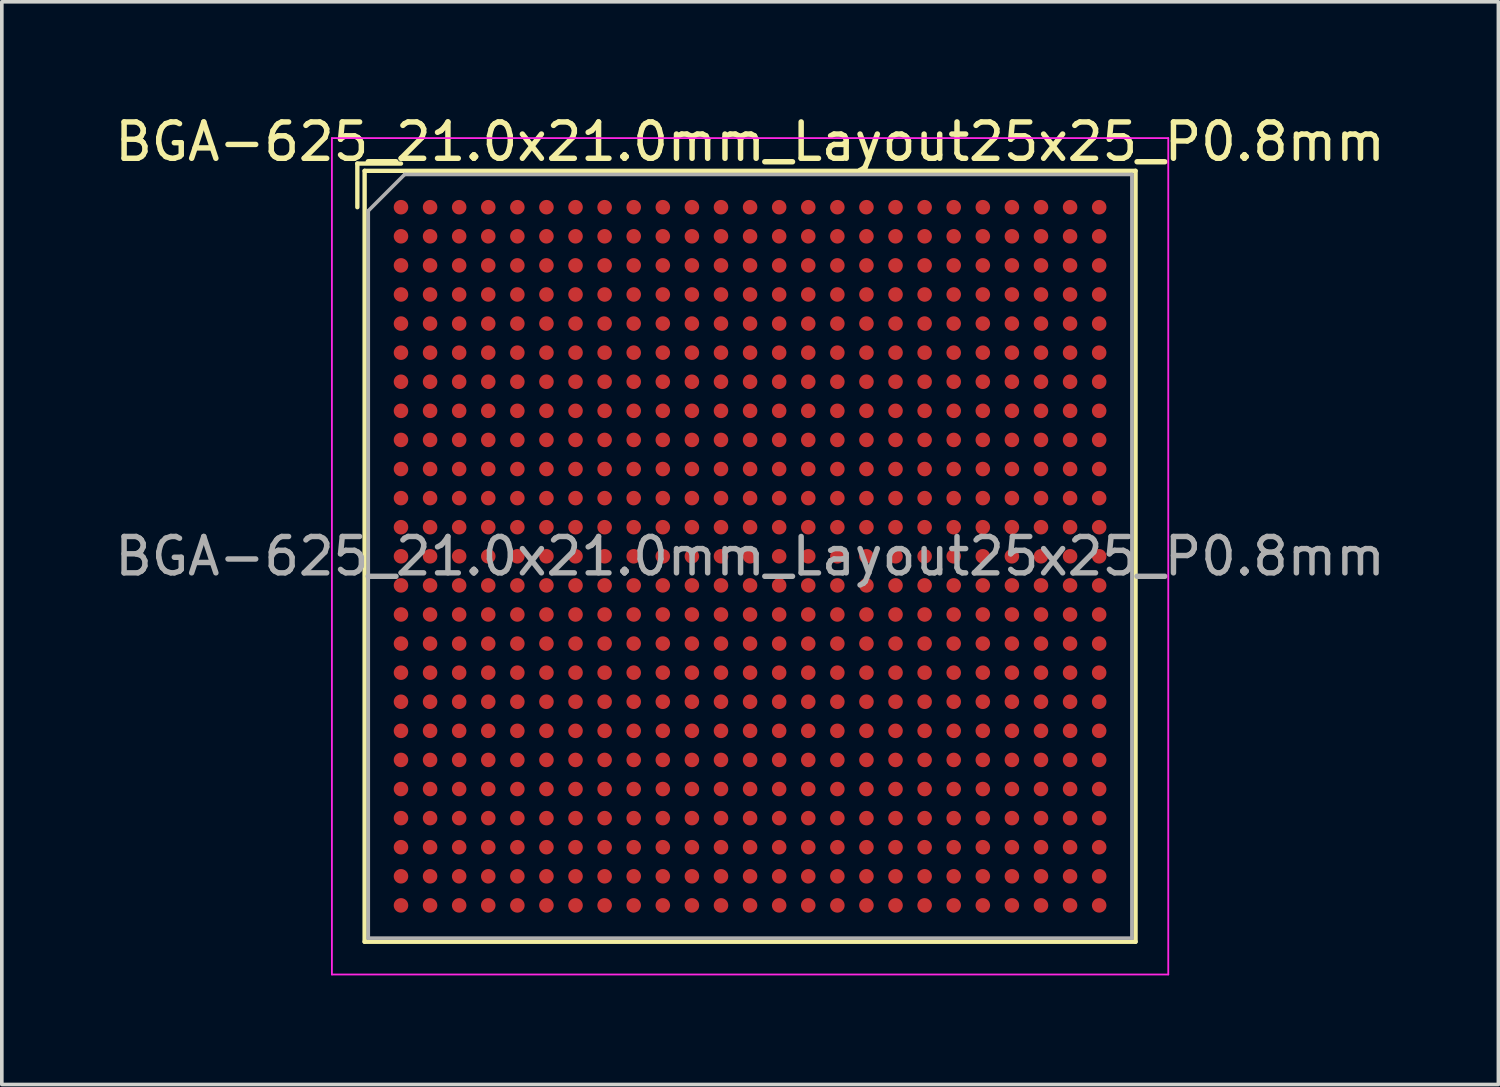
<source format=kicad_pcb>
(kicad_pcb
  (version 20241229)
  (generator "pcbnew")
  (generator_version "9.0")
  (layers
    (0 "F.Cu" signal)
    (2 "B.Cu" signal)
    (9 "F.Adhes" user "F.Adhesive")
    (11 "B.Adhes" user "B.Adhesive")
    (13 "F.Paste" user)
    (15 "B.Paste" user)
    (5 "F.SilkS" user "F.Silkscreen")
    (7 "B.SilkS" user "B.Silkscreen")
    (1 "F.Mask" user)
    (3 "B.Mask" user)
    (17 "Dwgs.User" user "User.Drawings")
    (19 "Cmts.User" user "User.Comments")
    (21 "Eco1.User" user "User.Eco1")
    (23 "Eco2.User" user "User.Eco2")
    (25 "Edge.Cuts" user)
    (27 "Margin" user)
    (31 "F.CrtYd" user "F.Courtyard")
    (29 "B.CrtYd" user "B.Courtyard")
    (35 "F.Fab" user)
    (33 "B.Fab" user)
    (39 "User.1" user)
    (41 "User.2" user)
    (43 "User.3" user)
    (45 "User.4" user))
  (footprint "BGA-625_21.0x21.0mm_Layout25x25_P0.8mm"
    (layer "F.Cu")
    (at 17.577 12.248)
    (property "Reference" "BGA-625_21.0x21.0mm_Layout25x25_P0.8mm" (at 0 -11.4 0) (layer "F.SilkS") (effects (font (size 1 1) (thickness 0.15))))
    (attr smd)
    (fp_line (start -10.8 -10.8) (end -10.8 -9.6) (stroke (width 0.12) (type solid)) (layer "F.SilkS"))
    (fp_line (start -10.6 -10.6) (end 10.6 -10.6) (stroke (width 0.12) (type solid)) (layer "F.SilkS"))
    (fp_line (start -10.6 10.6) (end -10.6 -10.6) (stroke (width 0.12) (type solid)) (layer "F.SilkS"))
    (fp_line (start -9.6 -10.8) (end -10.8 -10.8) (stroke (width 0.12) (type solid)) (layer "F.SilkS"))
    (fp_line (start 10.6 -10.6) (end 10.6 10.6) (stroke (width 0.12) (type solid)) (layer "F.SilkS"))
    (fp_line (start 10.6 10.6) (end -10.6 10.6) (stroke (width 0.12) (type solid)) (layer "F.SilkS"))
    (fp_line (start -11.5 -11.5) (end -11.5 11.5) (stroke (width 0.05) (type solid)) (layer "F.CrtYd"))
    (fp_line (start -11.5 -11.5) (end 11.5 -11.5) (stroke (width 0.05) (type solid)) (layer "F.CrtYd"))
    (fp_line (start 11.5 11.5) (end -11.5 11.5) (stroke (width 0.05) (type solid)) (layer "F.CrtYd"))
    (fp_line (start 11.5 11.5) (end 11.5 -11.5) (stroke (width 0.05) (type solid)) (layer "F.CrtYd"))
    (fp_line (start -10.5 -9.5) (end -9.5 -10.5) (stroke (width 0.1) (type solid)) (layer "F.Fab"))
    (fp_line (start -10.5 10.5) (end -10.5 -9.5) (stroke (width 0.1) (type solid)) (layer "F.Fab"))
    (fp_line (start -9.5 -10.5) (end 10.5 -10.5) (stroke (width 0.1) (type solid)) (layer "F.Fab"))
    (fp_line (start 10.5 -10.5) (end 10.5 10.5) (stroke (width 0.1) (type solid)) (layer "F.Fab"))
    (fp_line (start 10.5 10.5) (end -10.5 10.5) (stroke (width 0.1) (type solid)) (layer "F.Fab"))
    (fp_text user "${REFERENCE}" (at 0 0 0) (layer "F.Fab") (effects (font (size 1 1) (thickness 0.15))))
    (pad "A1" smd circle (at -9.6 -9.6) (size 0.4 0.4) (layers "F.Cu" "F.Mask" "F.Paste"))
    (pad "A2" smd circle (at -8.8 -9.6) (size 0.4 0.4) (layers "F.Cu" "F.Mask" "F.Paste"))
    (pad "A3" smd circle (at -8 -9.6) (size 0.4 0.4) (layers "F.Cu" "F.Mask" "F.Paste"))
    (pad "A4" smd circle (at -7.2 -9.6) (size 0.4 0.4) (layers "F.Cu" "F.Mask" "F.Paste"))
    (pad "A5" smd circle (at -6.4 -9.6) (size 0.4 0.4) (layers "F.Cu" "F.Mask" "F.Paste"))
    (pad "A6" smd circle (at -5.6 -9.6) (size 0.4 0.4) (layers "F.Cu" "F.Mask" "F.Paste"))
    (pad "A7" smd circle (at -4.8 -9.6) (size 0.4 0.4) (layers "F.Cu" "F.Mask" "F.Paste"))
    (pad "A8" smd circle (at -4 -9.6) (size 0.4 0.4) (layers "F.Cu" "F.Mask" "F.Paste"))
    (pad "A9" smd circle (at -3.2 -9.6) (size 0.4 0.4) (layers "F.Cu" "F.Mask" "F.Paste"))
    (pad "A10" smd circle (at -2.4 -9.6) (size 0.4 0.4) (layers "F.Cu" "F.Mask" "F.Paste"))
    (pad "A11" smd circle (at -1.6 -9.6) (size 0.4 0.4) (layers "F.Cu" "F.Mask" "F.Paste"))
    (pad "A12" smd circle (at -0.8 -9.6) (size 0.4 0.4) (layers "F.Cu" "F.Mask" "F.Paste"))
    (pad "A13" smd circle (at 0 -9.6) (size 0.4 0.4) (layers "F.Cu" "F.Mask" "F.Paste"))
    (pad "A14" smd circle (at 0.8 -9.6) (size 0.4 0.4) (layers "F.Cu" "F.Mask" "F.Paste"))
    (pad "A15" smd circle (at 1.6 -9.6) (size 0.4 0.4) (layers "F.Cu" "F.Mask" "F.Paste"))
    (pad "A16" smd circle (at 2.4 -9.6) (size 0.4 0.4) (layers "F.Cu" "F.Mask" "F.Paste"))
    (pad "A17" smd circle (at 3.2 -9.6) (size 0.4 0.4) (layers "F.Cu" "F.Mask" "F.Paste"))
    (pad "A18" smd circle (at 4 -9.6) (size 0.4 0.4) (layers "F.Cu" "F.Mask" "F.Paste"))
    (pad "A19" smd circle (at 4.8 -9.6) (size 0.4 0.4) (layers "F.Cu" "F.Mask" "F.Paste"))
    (pad "A20" smd circle (at 5.6 -9.6) (size 0.4 0.4) (layers "F.Cu" "F.Mask" "F.Paste"))
    (pad "A21" smd circle (at 6.4 -9.6) (size 0.4 0.4) (layers "F.Cu" "F.Mask" "F.Paste"))
    (pad "A22" smd circle (at 7.2 -9.6) (size 0.4 0.4) (layers "F.Cu" "F.Mask" "F.Paste"))
    (pad "A23" smd circle (at 8 -9.6) (size 0.4 0.4) (layers "F.Cu" "F.Mask" "F.Paste"))
    (pad "A24" smd circle (at 8.8 -9.6) (size 0.4 0.4) (layers "F.Cu" "F.Mask" "F.Paste"))
    (pad "A25" smd circle (at 9.6 -9.6) (size 0.4 0.4) (layers "F.Cu" "F.Mask" "F.Paste"))
    (pad "AA1" smd circle (at -9.6 6.4) (size 0.4 0.4) (layers "F.Cu" "F.Mask" "F.Paste"))
    (pad "AA2" smd circle (at -8.8 6.4) (size 0.4 0.4) (layers "F.Cu" "F.Mask" "F.Paste"))
    (pad "AA3" smd circle (at -8 6.4) (size 0.4 0.4) (layers "F.Cu" "F.Mask" "F.Paste"))
    (pad "AA4" smd circle (at -7.2 6.4) (size 0.4 0.4) (layers "F.Cu" "F.Mask" "F.Paste"))
    (pad "AA5" smd circle (at -6.4 6.4) (size 0.4 0.4) (layers "F.Cu" "F.Mask" "F.Paste"))
    (pad "AA6" smd circle (at -5.6 6.4) (size 0.4 0.4) (layers "F.Cu" "F.Mask" "F.Paste"))
    (pad "AA7" smd circle (at -4.8 6.4) (size 0.4 0.4) (layers "F.Cu" "F.Mask" "F.Paste"))
    (pad "AA8" smd circle (at -4 6.4) (size 0.4 0.4) (layers "F.Cu" "F.Mask" "F.Paste"))
    (pad "AA9" smd circle (at -3.2 6.4) (size 0.4 0.4) (layers "F.Cu" "F.Mask" "F.Paste"))
    (pad "AA10" smd circle (at -2.4 6.4) (size 0.4 0.4) (layers "F.Cu" "F.Mask" "F.Paste"))
    (pad "AA11" smd circle (at -1.6 6.4) (size 0.4 0.4) (layers "F.Cu" "F.Mask" "F.Paste"))
    (pad "AA12" smd circle (at -0.8 6.4) (size 0.4 0.4) (layers "F.Cu" "F.Mask" "F.Paste"))
    (pad "AA13" smd circle (at 0 6.4) (size 0.4 0.4) (layers "F.Cu" "F.Mask" "F.Paste"))
    (pad "AA14" smd circle (at 0.8 6.4) (size 0.4 0.4) (layers "F.Cu" "F.Mask" "F.Paste"))
    (pad "AA15" smd circle (at 1.6 6.4) (size 0.4 0.4) (layers "F.Cu" "F.Mask" "F.Paste"))
    (pad "AA16" smd circle (at 2.4 6.4) (size 0.4 0.4) (layers "F.Cu" "F.Mask" "F.Paste"))
    (pad "AA17" smd circle (at 3.2 6.4) (size 0.4 0.4) (layers "F.Cu" "F.Mask" "F.Paste"))
    (pad "AA18" smd circle (at 4 6.4) (size 0.4 0.4) (layers "F.Cu" "F.Mask" "F.Paste"))
    (pad "AA19" smd circle (at 4.8 6.4) (size 0.4 0.4) (layers "F.Cu" "F.Mask" "F.Paste"))
    (pad "AA20" smd circle (at 5.6 6.4) (size 0.4 0.4) (layers "F.Cu" "F.Mask" "F.Paste"))
    (pad "AA21" smd circle (at 6.4 6.4) (size 0.4 0.4) (layers "F.Cu" "F.Mask" "F.Paste"))
    (pad "AA22" smd circle (at 7.2 6.4) (size 0.4 0.4) (layers "F.Cu" "F.Mask" "F.Paste"))
    (pad "AA23" smd circle (at 8 6.4) (size 0.4 0.4) (layers "F.Cu" "F.Mask" "F.Paste"))
    (pad "AA24" smd circle (at 8.8 6.4) (size 0.4 0.4) (layers "F.Cu" "F.Mask" "F.Paste"))
    (pad "AA25" smd circle (at 9.6 6.4) (size 0.4 0.4) (layers "F.Cu" "F.Mask" "F.Paste"))
    (pad "AB1" smd circle (at -9.6 7.2) (size 0.4 0.4) (layers "F.Cu" "F.Mask" "F.Paste"))
    (pad "AB2" smd circle (at -8.8 7.2) (size 0.4 0.4) (layers "F.Cu" "F.Mask" "F.Paste"))
    (pad "AB3" smd circle (at -8 7.2) (size 0.4 0.4) (layers "F.Cu" "F.Mask" "F.Paste"))
    (pad "AB4" smd circle (at -7.2 7.2) (size 0.4 0.4) (layers "F.Cu" "F.Mask" "F.Paste"))
    (pad "AB5" smd circle (at -6.4 7.2) (size 0.4 0.4) (layers "F.Cu" "F.Mask" "F.Paste"))
    (pad "AB6" smd circle (at -5.6 7.2) (size 0.4 0.4) (layers "F.Cu" "F.Mask" "F.Paste"))
    (pad "AB7" smd circle (at -4.8 7.2) (size 0.4 0.4) (layers "F.Cu" "F.Mask" "F.Paste"))
    (pad "AB8" smd circle (at -4 7.2) (size 0.4 0.4) (layers "F.Cu" "F.Mask" "F.Paste"))
    (pad "AB9" smd circle (at -3.2 7.2) (size 0.4 0.4) (layers "F.Cu" "F.Mask" "F.Paste"))
    (pad "AB10" smd circle (at -2.4 7.2) (size 0.4 0.4) (layers "F.Cu" "F.Mask" "F.Paste"))
    (pad "AB11" smd circle (at -1.6 7.2) (size 0.4 0.4) (layers "F.Cu" "F.Mask" "F.Paste"))
    (pad "AB12" smd circle (at -0.8 7.2) (size 0.4 0.4) (layers "F.Cu" "F.Mask" "F.Paste"))
    (pad "AB13" smd circle (at 0 7.2) (size 0.4 0.4) (layers "F.Cu" "F.Mask" "F.Paste"))
    (pad "AB14" smd circle (at 0.8 7.2) (size 0.4 0.4) (layers "F.Cu" "F.Mask" "F.Paste"))
    (pad "AB15" smd circle (at 1.6 7.2) (size 0.4 0.4) (layers "F.Cu" "F.Mask" "F.Paste"))
    (pad "AB16" smd circle (at 2.4 7.2) (size 0.4 0.4) (layers "F.Cu" "F.Mask" "F.Paste"))
    (pad "AB17" smd circle (at 3.2 7.2) (size 0.4 0.4) (layers "F.Cu" "F.Mask" "F.Paste"))
    (pad "AB18" smd circle (at 4 7.2) (size 0.4 0.4) (layers "F.Cu" "F.Mask" "F.Paste"))
    (pad "AB19" smd circle (at 4.8 7.2) (size 0.4 0.4) (layers "F.Cu" "F.Mask" "F.Paste"))
    (pad "AB20" smd circle (at 5.6 7.2) (size 0.4 0.4) (layers "F.Cu" "F.Mask" "F.Paste"))
    (pad "AB21" smd circle (at 6.4 7.2) (size 0.4 0.4) (layers "F.Cu" "F.Mask" "F.Paste"))
    (pad "AB22" smd circle (at 7.2 7.2) (size 0.4 0.4) (layers "F.Cu" "F.Mask" "F.Paste"))
    (pad "AB23" smd circle (at 8 7.2) (size 0.4 0.4) (layers "F.Cu" "F.Mask" "F.Paste"))
    (pad "AB24" smd circle (at 8.8 7.2) (size 0.4 0.4) (layers "F.Cu" "F.Mask" "F.Paste"))
    (pad "AB25" smd circle (at 9.6 7.2) (size 0.4 0.4) (layers "F.Cu" "F.Mask" "F.Paste"))
    (pad "AC1" smd circle (at -9.6 8) (size 0.4 0.4) (layers "F.Cu" "F.Mask" "F.Paste"))
    (pad "AC2" smd circle (at -8.8 8) (size 0.4 0.4) (layers "F.Cu" "F.Mask" "F.Paste"))
    (pad "AC3" smd circle (at -8 8) (size 0.4 0.4) (layers "F.Cu" "F.Mask" "F.Paste"))
    (pad "AC4" smd circle (at -7.2 8) (size 0.4 0.4) (layers "F.Cu" "F.Mask" "F.Paste"))
    (pad "AC5" smd circle (at -6.4 8) (size 0.4 0.4) (layers "F.Cu" "F.Mask" "F.Paste"))
    (pad "AC6" smd circle (at -5.6 8) (size 0.4 0.4) (layers "F.Cu" "F.Mask" "F.Paste"))
    (pad "AC7" smd circle (at -4.8 8) (size 0.4 0.4) (layers "F.Cu" "F.Mask" "F.Paste"))
    (pad "AC8" smd circle (at -4 8) (size 0.4 0.4) (layers "F.Cu" "F.Mask" "F.Paste"))
    (pad "AC9" smd circle (at -3.2 8) (size 0.4 0.4) (layers "F.Cu" "F.Mask" "F.Paste"))
    (pad "AC10" smd circle (at -2.4 8) (size 0.4 0.4) (layers "F.Cu" "F.Mask" "F.Paste"))
    (pad "AC11" smd circle (at -1.6 8) (size 0.4 0.4) (layers "F.Cu" "F.Mask" "F.Paste"))
    (pad "AC12" smd circle (at -0.8 8) (size 0.4 0.4) (layers "F.Cu" "F.Mask" "F.Paste"))
    (pad "AC13" smd circle (at 0 8) (size 0.4 0.4) (layers "F.Cu" "F.Mask" "F.Paste"))
    (pad "AC14" smd circle (at 0.8 8) (size 0.4 0.4) (layers "F.Cu" "F.Mask" "F.Paste"))
    (pad "AC15" smd circle (at 1.6 8) (size 0.4 0.4) (layers "F.Cu" "F.Mask" "F.Paste"))
    (pad "AC16" smd circle (at 2.4 8) (size 0.4 0.4) (layers "F.Cu" "F.Mask" "F.Paste"))
    (pad "AC17" smd circle (at 3.2 8) (size 0.4 0.4) (layers "F.Cu" "F.Mask" "F.Paste"))
    (pad "AC18" smd circle (at 4 8) (size 0.4 0.4) (layers "F.Cu" "F.Mask" "F.Paste"))
    (pad "AC19" smd circle (at 4.8 8) (size 0.4 0.4) (layers "F.Cu" "F.Mask" "F.Paste"))
    (pad "AC20" smd circle (at 5.6 8) (size 0.4 0.4) (layers "F.Cu" "F.Mask" "F.Paste"))
    (pad "AC21" smd circle (at 6.4 8) (size 0.4 0.4) (layers "F.Cu" "F.Mask" "F.Paste"))
    (pad "AC22" smd circle (at 7.2 8) (size 0.4 0.4) (layers "F.Cu" "F.Mask" "F.Paste"))
    (pad "AC23" smd circle (at 8 8) (size 0.4 0.4) (layers "F.Cu" "F.Mask" "F.Paste"))
    (pad "AC24" smd circle (at 8.8 8) (size 0.4 0.4) (layers "F.Cu" "F.Mask" "F.Paste"))
    (pad "AC25" smd circle (at 9.6 8) (size 0.4 0.4) (layers "F.Cu" "F.Mask" "F.Paste"))
    (pad "AD1" smd circle (at -9.6 8.8) (size 0.4 0.4) (layers "F.Cu" "F.Mask" "F.Paste"))
    (pad "AD2" smd circle (at -8.8 8.8) (size 0.4 0.4) (layers "F.Cu" "F.Mask" "F.Paste"))
    (pad "AD3" smd circle (at -8 8.8) (size 0.4 0.4) (layers "F.Cu" "F.Mask" "F.Paste"))
    (pad "AD4" smd circle (at -7.2 8.8) (size 0.4 0.4) (layers "F.Cu" "F.Mask" "F.Paste"))
    (pad "AD5" smd circle (at -6.4 8.8) (size 0.4 0.4) (layers "F.Cu" "F.Mask" "F.Paste"))
    (pad "AD6" smd circle (at -5.6 8.8) (size 0.4 0.4) (layers "F.Cu" "F.Mask" "F.Paste"))
    (pad "AD7" smd circle (at -4.8 8.8) (size 0.4 0.4) (layers "F.Cu" "F.Mask" "F.Paste"))
    (pad "AD8" smd circle (at -4 8.8) (size 0.4 0.4) (layers "F.Cu" "F.Mask" "F.Paste"))
    (pad "AD9" smd circle (at -3.2 8.8) (size 0.4 0.4) (layers "F.Cu" "F.Mask" "F.Paste"))
    (pad "AD10" smd circle (at -2.4 8.8) (size 0.4 0.4) (layers "F.Cu" "F.Mask" "F.Paste"))
    (pad "AD11" smd circle (at -1.6 8.8) (size 0.4 0.4) (layers "F.Cu" "F.Mask" "F.Paste"))
    (pad "AD12" smd circle (at -0.8 8.8) (size 0.4 0.4) (layers "F.Cu" "F.Mask" "F.Paste"))
    (pad "AD13" smd circle (at 0 8.8) (size 0.4 0.4) (layers "F.Cu" "F.Mask" "F.Paste"))
    (pad "AD14" smd circle (at 0.8 8.8) (size 0.4 0.4) (layers "F.Cu" "F.Mask" "F.Paste"))
    (pad "AD15" smd circle (at 1.6 8.8) (size 0.4 0.4) (layers "F.Cu" "F.Mask" "F.Paste"))
    (pad "AD16" smd circle (at 2.4 8.8) (size 0.4 0.4) (layers "F.Cu" "F.Mask" "F.Paste"))
    (pad "AD17" smd circle (at 3.2 8.8) (size 0.4 0.4) (layers "F.Cu" "F.Mask" "F.Paste"))
    (pad "AD18" smd circle (at 4 8.8) (size 0.4 0.4) (layers "F.Cu" "F.Mask" "F.Paste"))
    (pad "AD19" smd circle (at 4.8 8.8) (size 0.4 0.4) (layers "F.Cu" "F.Mask" "F.Paste"))
    (pad "AD20" smd circle (at 5.6 8.8) (size 0.4 0.4) (layers "F.Cu" "F.Mask" "F.Paste"))
    (pad "AD21" smd circle (at 6.4 8.8) (size 0.4 0.4) (layers "F.Cu" "F.Mask" "F.Paste"))
    (pad "AD22" smd circle (at 7.2 8.8) (size 0.4 0.4) (layers "F.Cu" "F.Mask" "F.Paste"))
    (pad "AD23" smd circle (at 8 8.8) (size 0.4 0.4) (layers "F.Cu" "F.Mask" "F.Paste"))
    (pad "AD24" smd circle (at 8.8 8.8) (size 0.4 0.4) (layers "F.Cu" "F.Mask" "F.Paste"))
    (pad "AD25" smd circle (at 9.6 8.8) (size 0.4 0.4) (layers "F.Cu" "F.Mask" "F.Paste"))
    (pad "AE1" smd circle (at -9.6 9.6) (size 0.4 0.4) (layers "F.Cu" "F.Mask" "F.Paste"))
    (pad "AE2" smd circle (at -8.8 9.6) (size 0.4 0.4) (layers "F.Cu" "F.Mask" "F.Paste"))
    (pad "AE3" smd circle (at -8 9.6) (size 0.4 0.4) (layers "F.Cu" "F.Mask" "F.Paste"))
    (pad "AE4" smd circle (at -7.2 9.6) (size 0.4 0.4) (layers "F.Cu" "F.Mask" "F.Paste"))
    (pad "AE5" smd circle (at -6.4 9.6) (size 0.4 0.4) (layers "F.Cu" "F.Mask" "F.Paste"))
    (pad "AE6" smd circle (at -5.6 9.6) (size 0.4 0.4) (layers "F.Cu" "F.Mask" "F.Paste"))
    (pad "AE7" smd circle (at -4.8 9.6) (size 0.4 0.4) (layers "F.Cu" "F.Mask" "F.Paste"))
    (pad "AE8" smd circle (at -4 9.6) (size 0.4 0.4) (layers "F.Cu" "F.Mask" "F.Paste"))
    (pad "AE9" smd circle (at -3.2 9.6) (size 0.4 0.4) (layers "F.Cu" "F.Mask" "F.Paste"))
    (pad "AE10" smd circle (at -2.4 9.6) (size 0.4 0.4) (layers "F.Cu" "F.Mask" "F.Paste"))
    (pad "AE11" smd circle (at -1.6 9.6) (size 0.4 0.4) (layers "F.Cu" "F.Mask" "F.Paste"))
    (pad "AE12" smd circle (at -0.8 9.6) (size 0.4 0.4) (layers "F.Cu" "F.Mask" "F.Paste"))
    (pad "AE13" smd circle (at 0 9.6) (size 0.4 0.4) (layers "F.Cu" "F.Mask" "F.Paste"))
    (pad "AE14" smd circle (at 0.8 9.6) (size 0.4 0.4) (layers "F.Cu" "F.Mask" "F.Paste"))
    (pad "AE15" smd circle (at 1.6 9.6) (size 0.4 0.4) (layers "F.Cu" "F.Mask" "F.Paste"))
    (pad "AE16" smd circle (at 2.4 9.6) (size 0.4 0.4) (layers "F.Cu" "F.Mask" "F.Paste"))
    (pad "AE17" smd circle (at 3.2 9.6) (size 0.4 0.4) (layers "F.Cu" "F.Mask" "F.Paste"))
    (pad "AE18" smd circle (at 4 9.6) (size 0.4 0.4) (layers "F.Cu" "F.Mask" "F.Paste"))
    (pad "AE19" smd circle (at 4.8 9.6) (size 0.4 0.4) (layers "F.Cu" "F.Mask" "F.Paste"))
    (pad "AE20" smd circle (at 5.6 9.6) (size 0.4 0.4) (layers "F.Cu" "F.Mask" "F.Paste"))
    (pad "AE21" smd circle (at 6.4 9.6) (size 0.4 0.4) (layers "F.Cu" "F.Mask" "F.Paste"))
    (pad "AE22" smd circle (at 7.2 9.6) (size 0.4 0.4) (layers "F.Cu" "F.Mask" "F.Paste"))
    (pad "AE23" smd circle (at 8 9.6) (size 0.4 0.4) (layers "F.Cu" "F.Mask" "F.Paste"))
    (pad "AE24" smd circle (at 8.8 9.6) (size 0.4 0.4) (layers "F.Cu" "F.Mask" "F.Paste"))
    (pad "AE25" smd circle (at 9.6 9.6) (size 0.4 0.4) (layers "F.Cu" "F.Mask" "F.Paste"))
    (pad "B1" smd circle (at -9.6 -8.8) (size 0.4 0.4) (layers "F.Cu" "F.Mask" "F.Paste"))
    (pad "B2" smd circle (at -8.8 -8.8) (size 0.4 0.4) (layers "F.Cu" "F.Mask" "F.Paste"))
    (pad "B3" smd circle (at -8 -8.8) (size 0.4 0.4) (layers "F.Cu" "F.Mask" "F.Paste"))
    (pad "B4" smd circle (at -7.2 -8.8) (size 0.4 0.4) (layers "F.Cu" "F.Mask" "F.Paste"))
    (pad "B5" smd circle (at -6.4 -8.8) (size 0.4 0.4) (layers "F.Cu" "F.Mask" "F.Paste"))
    (pad "B6" smd circle (at -5.6 -8.8) (size 0.4 0.4) (layers "F.Cu" "F.Mask" "F.Paste"))
    (pad "B7" smd circle (at -4.8 -8.8) (size 0.4 0.4) (layers "F.Cu" "F.Mask" "F.Paste"))
    (pad "B8" smd circle (at -4 -8.8) (size 0.4 0.4) (layers "F.Cu" "F.Mask" "F.Paste"))
    (pad "B9" smd circle (at -3.2 -8.8) (size 0.4 0.4) (layers "F.Cu" "F.Mask" "F.Paste"))
    (pad "B10" smd circle (at -2.4 -8.8) (size 0.4 0.4) (layers "F.Cu" "F.Mask" "F.Paste"))
    (pad "B11" smd circle (at -1.6 -8.8) (size 0.4 0.4) (layers "F.Cu" "F.Mask" "F.Paste"))
    (pad "B12" smd circle (at -0.8 -8.8) (size 0.4 0.4) (layers "F.Cu" "F.Mask" "F.Paste"))
    (pad "B13" smd circle (at 0 -8.8) (size 0.4 0.4) (layers "F.Cu" "F.Mask" "F.Paste"))
    (pad "B14" smd circle (at 0.8 -8.8) (size 0.4 0.4) (layers "F.Cu" "F.Mask" "F.Paste"))
    (pad "B15" smd circle (at 1.6 -8.8) (size 0.4 0.4) (layers "F.Cu" "F.Mask" "F.Paste"))
    (pad "B16" smd circle (at 2.4 -8.8) (size 0.4 0.4) (layers "F.Cu" "F.Mask" "F.Paste"))
    (pad "B17" smd circle (at 3.2 -8.8) (size 0.4 0.4) (layers "F.Cu" "F.Mask" "F.Paste"))
    (pad "B18" smd circle (at 4 -8.8) (size 0.4 0.4) (layers "F.Cu" "F.Mask" "F.Paste"))
    (pad "B19" smd circle (at 4.8 -8.8) (size 0.4 0.4) (layers "F.Cu" "F.Mask" "F.Paste"))
    (pad "B20" smd circle (at 5.6 -8.8) (size 0.4 0.4) (layers "F.Cu" "F.Mask" "F.Paste"))
    (pad "B21" smd circle (at 6.4 -8.8) (size 0.4 0.4) (layers "F.Cu" "F.Mask" "F.Paste"))
    (pad "B22" smd circle (at 7.2 -8.8) (size 0.4 0.4) (layers "F.Cu" "F.Mask" "F.Paste"))
    (pad "B23" smd circle (at 8 -8.8) (size 0.4 0.4) (layers "F.Cu" "F.Mask" "F.Paste"))
    (pad "B24" smd circle (at 8.8 -8.8) (size 0.4 0.4) (layers "F.Cu" "F.Mask" "F.Paste"))
    (pad "B25" smd circle (at 9.6 -8.8) (size 0.4 0.4) (layers "F.Cu" "F.Mask" "F.Paste"))
    (pad "C1" smd circle (at -9.6 -8) (size 0.4 0.4) (layers "F.Cu" "F.Mask" "F.Paste"))
    (pad "C2" smd circle (at -8.8 -8) (size 0.4 0.4) (layers "F.Cu" "F.Mask" "F.Paste"))
    (pad "C3" smd circle (at -8 -8) (size 0.4 0.4) (layers "F.Cu" "F.Mask" "F.Paste"))
    (pad "C4" smd circle (at -7.2 -8) (size 0.4 0.4) (layers "F.Cu" "F.Mask" "F.Paste"))
    (pad "C5" smd circle (at -6.4 -8) (size 0.4 0.4) (layers "F.Cu" "F.Mask" "F.Paste"))
    (pad "C6" smd circle (at -5.6 -8) (size 0.4 0.4) (layers "F.Cu" "F.Mask" "F.Paste"))
    (pad "C7" smd circle (at -4.8 -8) (size 0.4 0.4) (layers "F.Cu" "F.Mask" "F.Paste"))
    (pad "C8" smd circle (at -4 -8) (size 0.4 0.4) (layers "F.Cu" "F.Mask" "F.Paste"))
    (pad "C9" smd circle (at -3.2 -8) (size 0.4 0.4) (layers "F.Cu" "F.Mask" "F.Paste"))
    (pad "C10" smd circle (at -2.4 -8) (size 0.4 0.4) (layers "F.Cu" "F.Mask" "F.Paste"))
    (pad "C11" smd circle (at -1.6 -8) (size 0.4 0.4) (layers "F.Cu" "F.Mask" "F.Paste"))
    (pad "C12" smd circle (at -0.8 -8) (size 0.4 0.4) (layers "F.Cu" "F.Mask" "F.Paste"))
    (pad "C13" smd circle (at 0 -8) (size 0.4 0.4) (layers "F.Cu" "F.Mask" "F.Paste"))
    (pad "C14" smd circle (at 0.8 -8) (size 0.4 0.4) (layers "F.Cu" "F.Mask" "F.Paste"))
    (pad "C15" smd circle (at 1.6 -8) (size 0.4 0.4) (layers "F.Cu" "F.Mask" "F.Paste"))
    (pad "C16" smd circle (at 2.4 -8) (size 0.4 0.4) (layers "F.Cu" "F.Mask" "F.Paste"))
    (pad "C17" smd circle (at 3.2 -8) (size 0.4 0.4) (layers "F.Cu" "F.Mask" "F.Paste"))
    (pad "C18" smd circle (at 4 -8) (size 0.4 0.4) (layers "F.Cu" "F.Mask" "F.Paste"))
    (pad "C19" smd circle (at 4.8 -8) (size 0.4 0.4) (layers "F.Cu" "F.Mask" "F.Paste"))
    (pad "C20" smd circle (at 5.6 -8) (size 0.4 0.4) (layers "F.Cu" "F.Mask" "F.Paste"))
    (pad "C21" smd circle (at 6.4 -8) (size 0.4 0.4) (layers "F.Cu" "F.Mask" "F.Paste"))
    (pad "C22" smd circle (at 7.2 -8) (size 0.4 0.4) (layers "F.Cu" "F.Mask" "F.Paste"))
    (pad "C23" smd circle (at 8 -8) (size 0.4 0.4) (layers "F.Cu" "F.Mask" "F.Paste"))
    (pad "C24" smd circle (at 8.8 -8) (size 0.4 0.4) (layers "F.Cu" "F.Mask" "F.Paste"))
    (pad "C25" smd circle (at 9.6 -8) (size 0.4 0.4) (layers "F.Cu" "F.Mask" "F.Paste"))
    (pad "D1" smd circle (at -9.6 -7.2) (size 0.4 0.4) (layers "F.Cu" "F.Mask" "F.Paste"))
    (pad "D2" smd circle (at -8.8 -7.2) (size 0.4 0.4) (layers "F.Cu" "F.Mask" "F.Paste"))
    (pad "D3" smd circle (at -8 -7.2) (size 0.4 0.4) (layers "F.Cu" "F.Mask" "F.Paste"))
    (pad "D4" smd circle (at -7.2 -7.2) (size 0.4 0.4) (layers "F.Cu" "F.Mask" "F.Paste"))
    (pad "D5" smd circle (at -6.4 -7.2) (size 0.4 0.4) (layers "F.Cu" "F.Mask" "F.Paste"))
    (pad "D6" smd circle (at -5.6 -7.2) (size 0.4 0.4) (layers "F.Cu" "F.Mask" "F.Paste"))
    (pad "D7" smd circle (at -4.8 -7.2) (size 0.4 0.4) (layers "F.Cu" "F.Mask" "F.Paste"))
    (pad "D8" smd circle (at -4 -7.2) (size 0.4 0.4) (layers "F.Cu" "F.Mask" "F.Paste"))
    (pad "D9" smd circle (at -3.2 -7.2) (size 0.4 0.4) (layers "F.Cu" "F.Mask" "F.Paste"))
    (pad "D10" smd circle (at -2.4 -7.2) (size 0.4 0.4) (layers "F.Cu" "F.Mask" "F.Paste"))
    (pad "D11" smd circle (at -1.6 -7.2) (size 0.4 0.4) (layers "F.Cu" "F.Mask" "F.Paste"))
    (pad "D12" smd circle (at -0.8 -7.2) (size 0.4 0.4) (layers "F.Cu" "F.Mask" "F.Paste"))
    (pad "D13" smd circle (at 0 -7.2) (size 0.4 0.4) (layers "F.Cu" "F.Mask" "F.Paste"))
    (pad "D14" smd circle (at 0.8 -7.2) (size 0.4 0.4) (layers "F.Cu" "F.Mask" "F.Paste"))
    (pad "D15" smd circle (at 1.6 -7.2) (size 0.4 0.4) (layers "F.Cu" "F.Mask" "F.Paste"))
    (pad "D16" smd circle (at 2.4 -7.2) (size 0.4 0.4) (layers "F.Cu" "F.Mask" "F.Paste"))
    (pad "D17" smd circle (at 3.2 -7.2) (size 0.4 0.4) (layers "F.Cu" "F.Mask" "F.Paste"))
    (pad "D18" smd circle (at 4 -7.2) (size 0.4 0.4) (layers "F.Cu" "F.Mask" "F.Paste"))
    (pad "D19" smd circle (at 4.8 -7.2) (size 0.4 0.4) (layers "F.Cu" "F.Mask" "F.Paste"))
    (pad "D20" smd circle (at 5.6 -7.2) (size 0.4 0.4) (layers "F.Cu" "F.Mask" "F.Paste"))
    (pad "D21" smd circle (at 6.4 -7.2) (size 0.4 0.4) (layers "F.Cu" "F.Mask" "F.Paste"))
    (pad "D22" smd circle (at 7.2 -7.2) (size 0.4 0.4) (layers "F.Cu" "F.Mask" "F.Paste"))
    (pad "D23" smd circle (at 8 -7.2) (size 0.4 0.4) (layers "F.Cu" "F.Mask" "F.Paste"))
    (pad "D24" smd circle (at 8.8 -7.2) (size 0.4 0.4) (layers "F.Cu" "F.Mask" "F.Paste"))
    (pad "D25" smd circle (at 9.6 -7.2) (size 0.4 0.4) (layers "F.Cu" "F.Mask" "F.Paste"))
    (pad "E1" smd circle (at -9.6 -6.4) (size 0.4 0.4) (layers "F.Cu" "F.Mask" "F.Paste"))
    (pad "E2" smd circle (at -8.8 -6.4) (size 0.4 0.4) (layers "F.Cu" "F.Mask" "F.Paste"))
    (pad "E3" smd circle (at -8 -6.4) (size 0.4 0.4) (layers "F.Cu" "F.Mask" "F.Paste"))
    (pad "E4" smd circle (at -7.2 -6.4) (size 0.4 0.4) (layers "F.Cu" "F.Mask" "F.Paste"))
    (pad "E5" smd circle (at -6.4 -6.4) (size 0.4 0.4) (layers "F.Cu" "F.Mask" "F.Paste"))
    (pad "E6" smd circle (at -5.6 -6.4) (size 0.4 0.4) (layers "F.Cu" "F.Mask" "F.Paste"))
    (pad "E7" smd circle (at -4.8 -6.4) (size 0.4 0.4) (layers "F.Cu" "F.Mask" "F.Paste"))
    (pad "E8" smd circle (at -4 -6.4) (size 0.4 0.4) (layers "F.Cu" "F.Mask" "F.Paste"))
    (pad "E9" smd circle (at -3.2 -6.4) (size 0.4 0.4) (layers "F.Cu" "F.Mask" "F.Paste"))
    (pad "E10" smd circle (at -2.4 -6.4) (size 0.4 0.4) (layers "F.Cu" "F.Mask" "F.Paste"))
    (pad "E11" smd circle (at -1.6 -6.4) (size 0.4 0.4) (layers "F.Cu" "F.Mask" "F.Paste"))
    (pad "E12" smd circle (at -0.8 -6.4) (size 0.4 0.4) (layers "F.Cu" "F.Mask" "F.Paste"))
    (pad "E13" smd circle (at 0 -6.4) (size 0.4 0.4) (layers "F.Cu" "F.Mask" "F.Paste"))
    (pad "E14" smd circle (at 0.8 -6.4) (size 0.4 0.4) (layers "F.Cu" "F.Mask" "F.Paste"))
    (pad "E15" smd circle (at 1.6 -6.4) (size 0.4 0.4) (layers "F.Cu" "F.Mask" "F.Paste"))
    (pad "E16" smd circle (at 2.4 -6.4) (size 0.4 0.4) (layers "F.Cu" "F.Mask" "F.Paste"))
    (pad "E17" smd circle (at 3.2 -6.4) (size 0.4 0.4) (layers "F.Cu" "F.Mask" "F.Paste"))
    (pad "E18" smd circle (at 4 -6.4) (size 0.4 0.4) (layers "F.Cu" "F.Mask" "F.Paste"))
    (pad "E19" smd circle (at 4.8 -6.4) (size 0.4 0.4) (layers "F.Cu" "F.Mask" "F.Paste"))
    (pad "E20" smd circle (at 5.6 -6.4) (size 0.4 0.4) (layers "F.Cu" "F.Mask" "F.Paste"))
    (pad "E21" smd circle (at 6.4 -6.4) (size 0.4 0.4) (layers "F.Cu" "F.Mask" "F.Paste"))
    (pad "E22" smd circle (at 7.2 -6.4) (size 0.4 0.4) (layers "F.Cu" "F.Mask" "F.Paste"))
    (pad "E23" smd circle (at 8 -6.4) (size 0.4 0.4) (layers "F.Cu" "F.Mask" "F.Paste"))
    (pad "E24" smd circle (at 8.8 -6.4) (size 0.4 0.4) (layers "F.Cu" "F.Mask" "F.Paste"))
    (pad "E25" smd circle (at 9.6 -6.4) (size 0.4 0.4) (layers "F.Cu" "F.Mask" "F.Paste"))
    (pad "F1" smd circle (at -9.6 -5.6) (size 0.4 0.4) (layers "F.Cu" "F.Mask" "F.Paste"))
    (pad "F2" smd circle (at -8.8 -5.6) (size 0.4 0.4) (layers "F.Cu" "F.Mask" "F.Paste"))
    (pad "F3" smd circle (at -8 -5.6) (size 0.4 0.4) (layers "F.Cu" "F.Mask" "F.Paste"))
    (pad "F4" smd circle (at -7.2 -5.6) (size 0.4 0.4) (layers "F.Cu" "F.Mask" "F.Paste"))
    (pad "F5" smd circle (at -6.4 -5.6) (size 0.4 0.4) (layers "F.Cu" "F.Mask" "F.Paste"))
    (pad "F6" smd circle (at -5.6 -5.6) (size 0.4 0.4) (layers "F.Cu" "F.Mask" "F.Paste"))
    (pad "F7" smd circle (at -4.8 -5.6) (size 0.4 0.4) (layers "F.Cu" "F.Mask" "F.Paste"))
    (pad "F8" smd circle (at -4 -5.6) (size 0.4 0.4) (layers "F.Cu" "F.Mask" "F.Paste"))
    (pad "F9" smd circle (at -3.2 -5.6) (size 0.4 0.4) (layers "F.Cu" "F.Mask" "F.Paste"))
    (pad "F10" smd circle (at -2.4 -5.6) (size 0.4 0.4) (layers "F.Cu" "F.Mask" "F.Paste"))
    (pad "F11" smd circle (at -1.6 -5.6) (size 0.4 0.4) (layers "F.Cu" "F.Mask" "F.Paste"))
    (pad "F12" smd circle (at -0.8 -5.6) (size 0.4 0.4) (layers "F.Cu" "F.Mask" "F.Paste"))
    (pad "F13" smd circle (at 0 -5.6) (size 0.4 0.4) (layers "F.Cu" "F.Mask" "F.Paste"))
    (pad "F14" smd circle (at 0.8 -5.6) (size 0.4 0.4) (layers "F.Cu" "F.Mask" "F.Paste"))
    (pad "F15" smd circle (at 1.6 -5.6) (size 0.4 0.4) (layers "F.Cu" "F.Mask" "F.Paste"))
    (pad "F16" smd circle (at 2.4 -5.6) (size 0.4 0.4) (layers "F.Cu" "F.Mask" "F.Paste"))
    (pad "F17" smd circle (at 3.2 -5.6) (size 0.4 0.4) (layers "F.Cu" "F.Mask" "F.Paste"))
    (pad "F18" smd circle (at 4 -5.6) (size 0.4 0.4) (layers "F.Cu" "F.Mask" "F.Paste"))
    (pad "F19" smd circle (at 4.8 -5.6) (size 0.4 0.4) (layers "F.Cu" "F.Mask" "F.Paste"))
    (pad "F20" smd circle (at 5.6 -5.6) (size 0.4 0.4) (layers "F.Cu" "F.Mask" "F.Paste"))
    (pad "F21" smd circle (at 6.4 -5.6) (size 0.4 0.4) (layers "F.Cu" "F.Mask" "F.Paste"))
    (pad "F22" smd circle (at 7.2 -5.6) (size 0.4 0.4) (layers "F.Cu" "F.Mask" "F.Paste"))
    (pad "F23" smd circle (at 8 -5.6) (size 0.4 0.4) (layers "F.Cu" "F.Mask" "F.Paste"))
    (pad "F24" smd circle (at 8.8 -5.6) (size 0.4 0.4) (layers "F.Cu" "F.Mask" "F.Paste"))
    (pad "F25" smd circle (at 9.6 -5.6) (size 0.4 0.4) (layers "F.Cu" "F.Mask" "F.Paste"))
    (pad "G1" smd circle (at -9.6 -4.8) (size 0.4 0.4) (layers "F.Cu" "F.Mask" "F.Paste"))
    (pad "G2" smd circle (at -8.8 -4.8) (size 0.4 0.4) (layers "F.Cu" "F.Mask" "F.Paste"))
    (pad "G3" smd circle (at -8 -4.8) (size 0.4 0.4) (layers "F.Cu" "F.Mask" "F.Paste"))
    (pad "G4" smd circle (at -7.2 -4.8) (size 0.4 0.4) (layers "F.Cu" "F.Mask" "F.Paste"))
    (pad "G5" smd circle (at -6.4 -4.8) (size 0.4 0.4) (layers "F.Cu" "F.Mask" "F.Paste"))
    (pad "G6" smd circle (at -5.6 -4.8) (size 0.4 0.4) (layers "F.Cu" "F.Mask" "F.Paste"))
    (pad "G7" smd circle (at -4.8 -4.8) (size 0.4 0.4) (layers "F.Cu" "F.Mask" "F.Paste"))
    (pad "G8" smd circle (at -4 -4.8) (size 0.4 0.4) (layers "F.Cu" "F.Mask" "F.Paste"))
    (pad "G9" smd circle (at -3.2 -4.8) (size 0.4 0.4) (layers "F.Cu" "F.Mask" "F.Paste"))
    (pad "G10" smd circle (at -2.4 -4.8) (size 0.4 0.4) (layers "F.Cu" "F.Mask" "F.Paste"))
    (pad "G11" smd circle (at -1.6 -4.8) (size 0.4 0.4) (layers "F.Cu" "F.Mask" "F.Paste"))
    (pad "G12" smd circle (at -0.8 -4.8) (size 0.4 0.4) (layers "F.Cu" "F.Mask" "F.Paste"))
    (pad "G13" smd circle (at 0 -4.8) (size 0.4 0.4) (layers "F.Cu" "F.Mask" "F.Paste"))
    (pad "G14" smd circle (at 0.8 -4.8) (size 0.4 0.4) (layers "F.Cu" "F.Mask" "F.Paste"))
    (pad "G15" smd circle (at 1.6 -4.8) (size 0.4 0.4) (layers "F.Cu" "F.Mask" "F.Paste"))
    (pad "G16" smd circle (at 2.4 -4.8) (size 0.4 0.4) (layers "F.Cu" "F.Mask" "F.Paste"))
    (pad "G17" smd circle (at 3.2 -4.8) (size 0.4 0.4) (layers "F.Cu" "F.Mask" "F.Paste"))
    (pad "G18" smd circle (at 4 -4.8) (size 0.4 0.4) (layers "F.Cu" "F.Mask" "F.Paste"))
    (pad "G19" smd circle (at 4.8 -4.8) (size 0.4 0.4) (layers "F.Cu" "F.Mask" "F.Paste"))
    (pad "G20" smd circle (at 5.6 -4.8) (size 0.4 0.4) (layers "F.Cu" "F.Mask" "F.Paste"))
    (pad "G21" smd circle (at 6.4 -4.8) (size 0.4 0.4) (layers "F.Cu" "F.Mask" "F.Paste"))
    (pad "G22" smd circle (at 7.2 -4.8) (size 0.4 0.4) (layers "F.Cu" "F.Mask" "F.Paste"))
    (pad "G23" smd circle (at 8 -4.8) (size 0.4 0.4) (layers "F.Cu" "F.Mask" "F.Paste"))
    (pad "G24" smd circle (at 8.8 -4.8) (size 0.4 0.4) (layers "F.Cu" "F.Mask" "F.Paste"))
    (pad "G25" smd circle (at 9.6 -4.8) (size 0.4 0.4) (layers "F.Cu" "F.Mask" "F.Paste"))
    (pad "H1" smd circle (at -9.6 -4) (size 0.4 0.4) (layers "F.Cu" "F.Mask" "F.Paste"))
    (pad "H2" smd circle (at -8.8 -4) (size 0.4 0.4) (layers "F.Cu" "F.Mask" "F.Paste"))
    (pad "H3" smd circle (at -8 -4) (size 0.4 0.4) (layers "F.Cu" "F.Mask" "F.Paste"))
    (pad "H4" smd circle (at -7.2 -4) (size 0.4 0.4) (layers "F.Cu" "F.Mask" "F.Paste"))
    (pad "H5" smd circle (at -6.4 -4) (size 0.4 0.4) (layers "F.Cu" "F.Mask" "F.Paste"))
    (pad "H6" smd circle (at -5.6 -4) (size 0.4 0.4) (layers "F.Cu" "F.Mask" "F.Paste"))
    (pad "H7" smd circle (at -4.8 -4) (size 0.4 0.4) (layers "F.Cu" "F.Mask" "F.Paste"))
    (pad "H8" smd circle (at -4 -4) (size 0.4 0.4) (layers "F.Cu" "F.Mask" "F.Paste"))
    (pad "H9" smd circle (at -3.2 -4) (size 0.4 0.4) (layers "F.Cu" "F.Mask" "F.Paste"))
    (pad "H10" smd circle (at -2.4 -4) (size 0.4 0.4) (layers "F.Cu" "F.Mask" "F.Paste"))
    (pad "H11" smd circle (at -1.6 -4) (size 0.4 0.4) (layers "F.Cu" "F.Mask" "F.Paste"))
    (pad "H12" smd circle (at -0.8 -4) (size 0.4 0.4) (layers "F.Cu" "F.Mask" "F.Paste"))
    (pad "H13" smd circle (at 0 -4) (size 0.4 0.4) (layers "F.Cu" "F.Mask" "F.Paste"))
    (pad "H14" smd circle (at 0.8 -4) (size 0.4 0.4) (layers "F.Cu" "F.Mask" "F.Paste"))
    (pad "H15" smd circle (at 1.6 -4) (size 0.4 0.4) (layers "F.Cu" "F.Mask" "F.Paste"))
    (pad "H16" smd circle (at 2.4 -4) (size 0.4 0.4) (layers "F.Cu" "F.Mask" "F.Paste"))
    (pad "H17" smd circle (at 3.2 -4) (size 0.4 0.4) (layers "F.Cu" "F.Mask" "F.Paste"))
    (pad "H18" smd circle (at 4 -4) (size 0.4 0.4) (layers "F.Cu" "F.Mask" "F.Paste"))
    (pad "H19" smd circle (at 4.8 -4) (size 0.4 0.4) (layers "F.Cu" "F.Mask" "F.Paste"))
    (pad "H20" smd circle (at 5.6 -4) (size 0.4 0.4) (layers "F.Cu" "F.Mask" "F.Paste"))
    (pad "H21" smd circle (at 6.4 -4) (size 0.4 0.4) (layers "F.Cu" "F.Mask" "F.Paste"))
    (pad "H22" smd circle (at 7.2 -4) (size 0.4 0.4) (layers "F.Cu" "F.Mask" "F.Paste"))
    (pad "H23" smd circle (at 8 -4) (size 0.4 0.4) (layers "F.Cu" "F.Mask" "F.Paste"))
    (pad "H24" smd circle (at 8.8 -4) (size 0.4 0.4) (layers "F.Cu" "F.Mask" "F.Paste"))
    (pad "H25" smd circle (at 9.6 -4) (size 0.4 0.4) (layers "F.Cu" "F.Mask" "F.Paste"))
    (pad "J1" smd circle (at -9.6 -3.2) (size 0.4 0.4) (layers "F.Cu" "F.Mask" "F.Paste"))
    (pad "J2" smd circle (at -8.8 -3.2) (size 0.4 0.4) (layers "F.Cu" "F.Mask" "F.Paste"))
    (pad "J3" smd circle (at -8 -3.2) (size 0.4 0.4) (layers "F.Cu" "F.Mask" "F.Paste"))
    (pad "J4" smd circle (at -7.2 -3.2) (size 0.4 0.4) (layers "F.Cu" "F.Mask" "F.Paste"))
    (pad "J5" smd circle (at -6.4 -3.2) (size 0.4 0.4) (layers "F.Cu" "F.Mask" "F.Paste"))
    (pad "J6" smd circle (at -5.6 -3.2) (size 0.4 0.4) (layers "F.Cu" "F.Mask" "F.Paste"))
    (pad "J7" smd circle (at -4.8 -3.2) (size 0.4 0.4) (layers "F.Cu" "F.Mask" "F.Paste"))
    (pad "J8" smd circle (at -4 -3.2) (size 0.4 0.4) (layers "F.Cu" "F.Mask" "F.Paste"))
    (pad "J9" smd circle (at -3.2 -3.2) (size 0.4 0.4) (layers "F.Cu" "F.Mask" "F.Paste"))
    (pad "J10" smd circle (at -2.4 -3.2) (size 0.4 0.4) (layers "F.Cu" "F.Mask" "F.Paste"))
    (pad "J11" smd circle (at -1.6 -3.2) (size 0.4 0.4) (layers "F.Cu" "F.Mask" "F.Paste"))
    (pad "J12" smd circle (at -0.8 -3.2) (size 0.4 0.4) (layers "F.Cu" "F.Mask" "F.Paste"))
    (pad "J13" smd circle (at 0 -3.2) (size 0.4 0.4) (layers "F.Cu" "F.Mask" "F.Paste"))
    (pad "J14" smd circle (at 0.8 -3.2) (size 0.4 0.4) (layers "F.Cu" "F.Mask" "F.Paste"))
    (pad "J15" smd circle (at 1.6 -3.2) (size 0.4 0.4) (layers "F.Cu" "F.Mask" "F.Paste"))
    (pad "J16" smd circle (at 2.4 -3.2) (size 0.4 0.4) (layers "F.Cu" "F.Mask" "F.Paste"))
    (pad "J17" smd circle (at 3.2 -3.2) (size 0.4 0.4) (layers "F.Cu" "F.Mask" "F.Paste"))
    (pad "J18" smd circle (at 4 -3.2) (size 0.4 0.4) (layers "F.Cu" "F.Mask" "F.Paste"))
    (pad "J19" smd circle (at 4.8 -3.2) (size 0.4 0.4) (layers "F.Cu" "F.Mask" "F.Paste"))
    (pad "J20" smd circle (at 5.6 -3.2) (size 0.4 0.4) (layers "F.Cu" "F.Mask" "F.Paste"))
    (pad "J21" smd circle (at 6.4 -3.2) (size 0.4 0.4) (layers "F.Cu" "F.Mask" "F.Paste"))
    (pad "J22" smd circle (at 7.2 -3.2) (size 0.4 0.4) (layers "F.Cu" "F.Mask" "F.Paste"))
    (pad "J23" smd circle (at 8 -3.2) (size 0.4 0.4) (layers "F.Cu" "F.Mask" "F.Paste"))
    (pad "J24" smd circle (at 8.8 -3.2) (size 0.4 0.4) (layers "F.Cu" "F.Mask" "F.Paste"))
    (pad "J25" smd circle (at 9.6 -3.2) (size 0.4 0.4) (layers "F.Cu" "F.Mask" "F.Paste"))
    (pad "K1" smd circle (at -9.6 -2.4) (size 0.4 0.4) (layers "F.Cu" "F.Mask" "F.Paste"))
    (pad "K2" smd circle (at -8.8 -2.4) (size 0.4 0.4) (layers "F.Cu" "F.Mask" "F.Paste"))
    (pad "K3" smd circle (at -8 -2.4) (size 0.4 0.4) (layers "F.Cu" "F.Mask" "F.Paste"))
    (pad "K4" smd circle (at -7.2 -2.4) (size 0.4 0.4) (layers "F.Cu" "F.Mask" "F.Paste"))
    (pad "K5" smd circle (at -6.4 -2.4) (size 0.4 0.4) (layers "F.Cu" "F.Mask" "F.Paste"))
    (pad "K6" smd circle (at -5.6 -2.4) (size 0.4 0.4) (layers "F.Cu" "F.Mask" "F.Paste"))
    (pad "K7" smd circle (at -4.8 -2.4) (size 0.4 0.4) (layers "F.Cu" "F.Mask" "F.Paste"))
    (pad "K8" smd circle (at -4 -2.4) (size 0.4 0.4) (layers "F.Cu" "F.Mask" "F.Paste"))
    (pad "K9" smd circle (at -3.2 -2.4) (size 0.4 0.4) (layers "F.Cu" "F.Mask" "F.Paste"))
    (pad "K10" smd circle (at -2.4 -2.4) (size 0.4 0.4) (layers "F.Cu" "F.Mask" "F.Paste"))
    (pad "K11" smd circle (at -1.6 -2.4) (size 0.4 0.4) (layers "F.Cu" "F.Mask" "F.Paste"))
    (pad "K12" smd circle (at -0.8 -2.4) (size 0.4 0.4) (layers "F.Cu" "F.Mask" "F.Paste"))
    (pad "K13" smd circle (at 0 -2.4) (size 0.4 0.4) (layers "F.Cu" "F.Mask" "F.Paste"))
    (pad "K14" smd circle (at 0.8 -2.4) (size 0.4 0.4) (layers "F.Cu" "F.Mask" "F.Paste"))
    (pad "K15" smd circle (at 1.6 -2.4) (size 0.4 0.4) (layers "F.Cu" "F.Mask" "F.Paste"))
    (pad "K16" smd circle (at 2.4 -2.4) (size 0.4 0.4) (layers "F.Cu" "F.Mask" "F.Paste"))
    (pad "K17" smd circle (at 3.2 -2.4) (size 0.4 0.4) (layers "F.Cu" "F.Mask" "F.Paste"))
    (pad "K18" smd circle (at 4 -2.4) (size 0.4 0.4) (layers "F.Cu" "F.Mask" "F.Paste"))
    (pad "K19" smd circle (at 4.8 -2.4) (size 0.4 0.4) (layers "F.Cu" "F.Mask" "F.Paste"))
    (pad "K20" smd circle (at 5.6 -2.4) (size 0.4 0.4) (layers "F.Cu" "F.Mask" "F.Paste"))
    (pad "K21" smd circle (at 6.4 -2.4) (size 0.4 0.4) (layers "F.Cu" "F.Mask" "F.Paste"))
    (pad "K22" smd circle (at 7.2 -2.4) (size 0.4 0.4) (layers "F.Cu" "F.Mask" "F.Paste"))
    (pad "K23" smd circle (at 8 -2.4) (size 0.4 0.4) (layers "F.Cu" "F.Mask" "F.Paste"))
    (pad "K24" smd circle (at 8.8 -2.4) (size 0.4 0.4) (layers "F.Cu" "F.Mask" "F.Paste"))
    (pad "K25" smd circle (at 9.6 -2.4) (size 0.4 0.4) (layers "F.Cu" "F.Mask" "F.Paste"))
    (pad "L1" smd circle (at -9.6 -1.6) (size 0.4 0.4) (layers "F.Cu" "F.Mask" "F.Paste"))
    (pad "L2" smd circle (at -8.8 -1.6) (size 0.4 0.4) (layers "F.Cu" "F.Mask" "F.Paste"))
    (pad "L3" smd circle (at -8 -1.6) (size 0.4 0.4) (layers "F.Cu" "F.Mask" "F.Paste"))
    (pad "L4" smd circle (at -7.2 -1.6) (size 0.4 0.4) (layers "F.Cu" "F.Mask" "F.Paste"))
    (pad "L5" smd circle (at -6.4 -1.6) (size 0.4 0.4) (layers "F.Cu" "F.Mask" "F.Paste"))
    (pad "L6" smd circle (at -5.6 -1.6) (size 0.4 0.4) (layers "F.Cu" "F.Mask" "F.Paste"))
    (pad "L7" smd circle (at -4.8 -1.6) (size 0.4 0.4) (layers "F.Cu" "F.Mask" "F.Paste"))
    (pad "L8" smd circle (at -4 -1.6) (size 0.4 0.4) (layers "F.Cu" "F.Mask" "F.Paste"))
    (pad "L9" smd circle (at -3.2 -1.6) (size 0.4 0.4) (layers "F.Cu" "F.Mask" "F.Paste"))
    (pad "L10" smd circle (at -2.4 -1.6) (size 0.4 0.4) (layers "F.Cu" "F.Mask" "F.Paste"))
    (pad "L11" smd circle (at -1.6 -1.6) (size 0.4 0.4) (layers "F.Cu" "F.Mask" "F.Paste"))
    (pad "L12" smd circle (at -0.8 -1.6) (size 0.4 0.4) (layers "F.Cu" "F.Mask" "F.Paste"))
    (pad "L13" smd circle (at 0 -1.6) (size 0.4 0.4) (layers "F.Cu" "F.Mask" "F.Paste"))
    (pad "L14" smd circle (at 0.8 -1.6) (size 0.4 0.4) (layers "F.Cu" "F.Mask" "F.Paste"))
    (pad "L15" smd circle (at 1.6 -1.6) (size 0.4 0.4) (layers "F.Cu" "F.Mask" "F.Paste"))
    (pad "L16" smd circle (at 2.4 -1.6) (size 0.4 0.4) (layers "F.Cu" "F.Mask" "F.Paste"))
    (pad "L17" smd circle (at 3.2 -1.6) (size 0.4 0.4) (layers "F.Cu" "F.Mask" "F.Paste"))
    (pad "L18" smd circle (at 4 -1.6) (size 0.4 0.4) (layers "F.Cu" "F.Mask" "F.Paste"))
    (pad "L19" smd circle (at 4.8 -1.6) (size 0.4 0.4) (layers "F.Cu" "F.Mask" "F.Paste"))
    (pad "L20" smd circle (at 5.6 -1.6) (size 0.4 0.4) (layers "F.Cu" "F.Mask" "F.Paste"))
    (pad "L21" smd circle (at 6.4 -1.6) (size 0.4 0.4) (layers "F.Cu" "F.Mask" "F.Paste"))
    (pad "L22" smd circle (at 7.2 -1.6) (size 0.4 0.4) (layers "F.Cu" "F.Mask" "F.Paste"))
    (pad "L23" smd circle (at 8 -1.6) (size 0.4 0.4) (layers "F.Cu" "F.Mask" "F.Paste"))
    (pad "L24" smd circle (at 8.8 -1.6) (size 0.4 0.4) (layers "F.Cu" "F.Mask" "F.Paste"))
    (pad "L25" smd circle (at 9.6 -1.6) (size 0.4 0.4) (layers "F.Cu" "F.Mask" "F.Paste"))
    (pad "M1" smd circle (at -9.6 -0.8) (size 0.4 0.4) (layers "F.Cu" "F.Mask" "F.Paste"))
    (pad "M2" smd circle (at -8.8 -0.8) (size 0.4 0.4) (layers "F.Cu" "F.Mask" "F.Paste"))
    (pad "M3" smd circle (at -8 -0.8) (size 0.4 0.4) (layers "F.Cu" "F.Mask" "F.Paste"))
    (pad "M4" smd circle (at -7.2 -0.8) (size 0.4 0.4) (layers "F.Cu" "F.Mask" "F.Paste"))
    (pad "M5" smd circle (at -6.4 -0.8) (size 0.4 0.4) (layers "F.Cu" "F.Mask" "F.Paste"))
    (pad "M6" smd circle (at -5.6 -0.8) (size 0.4 0.4) (layers "F.Cu" "F.Mask" "F.Paste"))
    (pad "M7" smd circle (at -4.8 -0.8) (size 0.4 0.4) (layers "F.Cu" "F.Mask" "F.Paste"))
    (pad "M8" smd circle (at -4 -0.8) (size 0.4 0.4) (layers "F.Cu" "F.Mask" "F.Paste"))
    (pad "M9" smd circle (at -3.2 -0.8) (size 0.4 0.4) (layers "F.Cu" "F.Mask" "F.Paste"))
    (pad "M10" smd circle (at -2.4 -0.8) (size 0.4 0.4) (layers "F.Cu" "F.Mask" "F.Paste"))
    (pad "M11" smd circle (at -1.6 -0.8) (size 0.4 0.4) (layers "F.Cu" "F.Mask" "F.Paste"))
    (pad "M12" smd circle (at -0.8 -0.8) (size 0.4 0.4) (layers "F.Cu" "F.Mask" "F.Paste"))
    (pad "M13" smd circle (at 0 -0.8) (size 0.4 0.4) (layers "F.Cu" "F.Mask" "F.Paste"))
    (pad "M14" smd circle (at 0.8 -0.8) (size 0.4 0.4) (layers "F.Cu" "F.Mask" "F.Paste"))
    (pad "M15" smd circle (at 1.6 -0.8) (size 0.4 0.4) (layers "F.Cu" "F.Mask" "F.Paste"))
    (pad "M16" smd circle (at 2.4 -0.8) (size 0.4 0.4) (layers "F.Cu" "F.Mask" "F.Paste"))
    (pad "M17" smd circle (at 3.2 -0.8) (size 0.4 0.4) (layers "F.Cu" "F.Mask" "F.Paste"))
    (pad "M18" smd circle (at 4 -0.8) (size 0.4 0.4) (layers "F.Cu" "F.Mask" "F.Paste"))
    (pad "M19" smd circle (at 4.8 -0.8) (size 0.4 0.4) (layers "F.Cu" "F.Mask" "F.Paste"))
    (pad "M20" smd circle (at 5.6 -0.8) (size 0.4 0.4) (layers "F.Cu" "F.Mask" "F.Paste"))
    (pad "M21" smd circle (at 6.4 -0.8) (size 0.4 0.4) (layers "F.Cu" "F.Mask" "F.Paste"))
    (pad "M22" smd circle (at 7.2 -0.8) (size 0.4 0.4) (layers "F.Cu" "F.Mask" "F.Paste"))
    (pad "M23" smd circle (at 8 -0.8) (size 0.4 0.4) (layers "F.Cu" "F.Mask" "F.Paste"))
    (pad "M24" smd circle (at 8.8 -0.8) (size 0.4 0.4) (layers "F.Cu" "F.Mask" "F.Paste"))
    (pad "M25" smd circle (at 9.6 -0.8) (size 0.4 0.4) (layers "F.Cu" "F.Mask" "F.Paste"))
    (pad "N1" smd circle (at -9.6 0) (size 0.4 0.4) (layers "F.Cu" "F.Mask" "F.Paste"))
    (pad "N2" smd circle (at -8.8 0) (size 0.4 0.4) (layers "F.Cu" "F.Mask" "F.Paste"))
    (pad "N3" smd circle (at -8 0) (size 0.4 0.4) (layers "F.Cu" "F.Mask" "F.Paste"))
    (pad "N4" smd circle (at -7.2 0) (size 0.4 0.4) (layers "F.Cu" "F.Mask" "F.Paste"))
    (pad "N5" smd circle (at -6.4 0) (size 0.4 0.4) (layers "F.Cu" "F.Mask" "F.Paste"))
    (pad "N6" smd circle (at -5.6 0) (size 0.4 0.4) (layers "F.Cu" "F.Mask" "F.Paste"))
    (pad "N7" smd circle (at -4.8 0) (size 0.4 0.4) (layers "F.Cu" "F.Mask" "F.Paste"))
    (pad "N8" smd circle (at -4 0) (size 0.4 0.4) (layers "F.Cu" "F.Mask" "F.Paste"))
    (pad "N9" smd circle (at -3.2 0) (size 0.4 0.4) (layers "F.Cu" "F.Mask" "F.Paste"))
    (pad "N10" smd circle (at -2.4 0) (size 0.4 0.4) (layers "F.Cu" "F.Mask" "F.Paste"))
    (pad "N11" smd circle (at -1.6 0) (size 0.4 0.4) (layers "F.Cu" "F.Mask" "F.Paste"))
    (pad "N12" smd circle (at -0.8 0) (size 0.4 0.4) (layers "F.Cu" "F.Mask" "F.Paste"))
    (pad "N13" smd circle (at 0 0) (size 0.4 0.4) (layers "F.Cu" "F.Mask" "F.Paste"))
    (pad "N14" smd circle (at 0.8 0) (size 0.4 0.4) (layers "F.Cu" "F.Mask" "F.Paste"))
    (pad "N15" smd circle (at 1.6 0) (size 0.4 0.4) (layers "F.Cu" "F.Mask" "F.Paste"))
    (pad "N16" smd circle (at 2.4 0) (size 0.4 0.4) (layers "F.Cu" "F.Mask" "F.Paste"))
    (pad "N17" smd circle (at 3.2 0) (size 0.4 0.4) (layers "F.Cu" "F.Mask" "F.Paste"))
    (pad "N18" smd circle (at 4 0) (size 0.4 0.4) (layers "F.Cu" "F.Mask" "F.Paste"))
    (pad "N19" smd circle (at 4.8 0) (size 0.4 0.4) (layers "F.Cu" "F.Mask" "F.Paste"))
    (pad "N20" smd circle (at 5.6 0) (size 0.4 0.4) (layers "F.Cu" "F.Mask" "F.Paste"))
    (pad "N21" smd circle (at 6.4 0) (size 0.4 0.4) (layers "F.Cu" "F.Mask" "F.Paste"))
    (pad "N22" smd circle (at 7.2 0) (size 0.4 0.4) (layers "F.Cu" "F.Mask" "F.Paste"))
    (pad "N23" smd circle (at 8 0) (size 0.4 0.4) (layers "F.Cu" "F.Mask" "F.Paste"))
    (pad "N24" smd circle (at 8.8 0) (size 0.4 0.4) (layers "F.Cu" "F.Mask" "F.Paste"))
    (pad "N25" smd circle (at 9.6 0) (size 0.4 0.4) (layers "F.Cu" "F.Mask" "F.Paste"))
    (pad "P1" smd circle (at -9.6 0.8) (size 0.4 0.4) (layers "F.Cu" "F.Mask" "F.Paste"))
    (pad "P2" smd circle (at -8.8 0.8) (size 0.4 0.4) (layers "F.Cu" "F.Mask" "F.Paste"))
    (pad "P3" smd circle (at -8 0.8) (size 0.4 0.4) (layers "F.Cu" "F.Mask" "F.Paste"))
    (pad "P4" smd circle (at -7.2 0.8) (size 0.4 0.4) (layers "F.Cu" "F.Mask" "F.Paste"))
    (pad "P5" smd circle (at -6.4 0.8) (size 0.4 0.4) (layers "F.Cu" "F.Mask" "F.Paste"))
    (pad "P6" smd circle (at -5.6 0.8) (size 0.4 0.4) (layers "F.Cu" "F.Mask" "F.Paste"))
    (pad "P7" smd circle (at -4.8 0.8) (size 0.4 0.4) (layers "F.Cu" "F.Mask" "F.Paste"))
    (pad "P8" smd circle (at -4 0.8) (size 0.4 0.4) (layers "F.Cu" "F.Mask" "F.Paste"))
    (pad "P9" smd circle (at -3.2 0.8) (size 0.4 0.4) (layers "F.Cu" "F.Mask" "F.Paste"))
    (pad "P10" smd circle (at -2.4 0.8) (size 0.4 0.4) (layers "F.Cu" "F.Mask" "F.Paste"))
    (pad "P11" smd circle (at -1.6 0.8) (size 0.4 0.4) (layers "F.Cu" "F.Mask" "F.Paste"))
    (pad "P12" smd circle (at -0.8 0.8) (size 0.4 0.4) (layers "F.Cu" "F.Mask" "F.Paste"))
    (pad "P13" smd circle (at 0 0.8) (size 0.4 0.4) (layers "F.Cu" "F.Mask" "F.Paste"))
    (pad "P14" smd circle (at 0.8 0.8) (size 0.4 0.4) (layers "F.Cu" "F.Mask" "F.Paste"))
    (pad "P15" smd circle (at 1.6 0.8) (size 0.4 0.4) (layers "F.Cu" "F.Mask" "F.Paste"))
    (pad "P16" smd circle (at 2.4 0.8) (size 0.4 0.4) (layers "F.Cu" "F.Mask" "F.Paste"))
    (pad "P17" smd circle (at 3.2 0.8) (size 0.4 0.4) (layers "F.Cu" "F.Mask" "F.Paste"))
    (pad "P18" smd circle (at 4 0.8) (size 0.4 0.4) (layers "F.Cu" "F.Mask" "F.Paste"))
    (pad "P19" smd circle (at 4.8 0.8) (size 0.4 0.4) (layers "F.Cu" "F.Mask" "F.Paste"))
    (pad "P20" smd circle (at 5.6 0.8) (size 0.4 0.4) (layers "F.Cu" "F.Mask" "F.Paste"))
    (pad "P21" smd circle (at 6.4 0.8) (size 0.4 0.4) (layers "F.Cu" "F.Mask" "F.Paste"))
    (pad "P22" smd circle (at 7.2 0.8) (size 0.4 0.4) (layers "F.Cu" "F.Mask" "F.Paste"))
    (pad "P23" smd circle (at 8 0.8) (size 0.4 0.4) (layers "F.Cu" "F.Mask" "F.Paste"))
    (pad "P24" smd circle (at 8.8 0.8) (size 0.4 0.4) (layers "F.Cu" "F.Mask" "F.Paste"))
    (pad "P25" smd circle (at 9.6 0.8) (size 0.4 0.4) (layers "F.Cu" "F.Mask" "F.Paste"))
    (pad "R1" smd circle (at -9.6 1.6) (size 0.4 0.4) (layers "F.Cu" "F.Mask" "F.Paste"))
    (pad "R2" smd circle (at -8.8 1.6) (size 0.4 0.4) (layers "F.Cu" "F.Mask" "F.Paste"))
    (pad "R3" smd circle (at -8 1.6) (size 0.4 0.4) (layers "F.Cu" "F.Mask" "F.Paste"))
    (pad "R4" smd circle (at -7.2 1.6) (size 0.4 0.4) (layers "F.Cu" "F.Mask" "F.Paste"))
    (pad "R5" smd circle (at -6.4 1.6) (size 0.4 0.4) (layers "F.Cu" "F.Mask" "F.Paste"))
    (pad "R6" smd circle (at -5.6 1.6) (size 0.4 0.4) (layers "F.Cu" "F.Mask" "F.Paste"))
    (pad "R7" smd circle (at -4.8 1.6) (size 0.4 0.4) (layers "F.Cu" "F.Mask" "F.Paste"))
    (pad "R8" smd circle (at -4 1.6) (size 0.4 0.4) (layers "F.Cu" "F.Mask" "F.Paste"))
    (pad "R9" smd circle (at -3.2 1.6) (size 0.4 0.4) (layers "F.Cu" "F.Mask" "F.Paste"))
    (pad "R10" smd circle (at -2.4 1.6) (size 0.4 0.4) (layers "F.Cu" "F.Mask" "F.Paste"))
    (pad "R11" smd circle (at -1.6 1.6) (size 0.4 0.4) (layers "F.Cu" "F.Mask" "F.Paste"))
    (pad "R12" smd circle (at -0.8 1.6) (size 0.4 0.4) (layers "F.Cu" "F.Mask" "F.Paste"))
    (pad "R13" smd circle (at 0 1.6) (size 0.4 0.4) (layers "F.Cu" "F.Mask" "F.Paste"))
    (pad "R14" smd circle (at 0.8 1.6) (size 0.4 0.4) (layers "F.Cu" "F.Mask" "F.Paste"))
    (pad "R15" smd circle (at 1.6 1.6) (size 0.4 0.4) (layers "F.Cu" "F.Mask" "F.Paste"))
    (pad "R16" smd circle (at 2.4 1.6) (size 0.4 0.4) (layers "F.Cu" "F.Mask" "F.Paste"))
    (pad "R17" smd circle (at 3.2 1.6) (size 0.4 0.4) (layers "F.Cu" "F.Mask" "F.Paste"))
    (pad "R18" smd circle (at 4 1.6) (size 0.4 0.4) (layers "F.Cu" "F.Mask" "F.Paste"))
    (pad "R19" smd circle (at 4.8 1.6) (size 0.4 0.4) (layers "F.Cu" "F.Mask" "F.Paste"))
    (pad "R20" smd circle (at 5.6 1.6) (size 0.4 0.4) (layers "F.Cu" "F.Mask" "F.Paste"))
    (pad "R21" smd circle (at 6.4 1.6) (size 0.4 0.4) (layers "F.Cu" "F.Mask" "F.Paste"))
    (pad "R22" smd circle (at 7.2 1.6) (size 0.4 0.4) (layers "F.Cu" "F.Mask" "F.Paste"))
    (pad "R23" smd circle (at 8 1.6) (size 0.4 0.4) (layers "F.Cu" "F.Mask" "F.Paste"))
    (pad "R24" smd circle (at 8.8 1.6) (size 0.4 0.4) (layers "F.Cu" "F.Mask" "F.Paste"))
    (pad "R25" smd circle (at 9.6 1.6) (size 0.4 0.4) (layers "F.Cu" "F.Mask" "F.Paste"))
    (pad "T1" smd circle (at -9.6 2.4) (size 0.4 0.4) (layers "F.Cu" "F.Mask" "F.Paste"))
    (pad "T2" smd circle (at -8.8 2.4) (size 0.4 0.4) (layers "F.Cu" "F.Mask" "F.Paste"))
    (pad "T3" smd circle (at -8 2.4) (size 0.4 0.4) (layers "F.Cu" "F.Mask" "F.Paste"))
    (pad "T4" smd circle (at -7.2 2.4) (size 0.4 0.4) (layers "F.Cu" "F.Mask" "F.Paste"))
    (pad "T5" smd circle (at -6.4 2.4) (size 0.4 0.4) (layers "F.Cu" "F.Mask" "F.Paste"))
    (pad "T6" smd circle (at -5.6 2.4) (size 0.4 0.4) (layers "F.Cu" "F.Mask" "F.Paste"))
    (pad "T7" smd circle (at -4.8 2.4) (size 0.4 0.4) (layers "F.Cu" "F.Mask" "F.Paste"))
    (pad "T8" smd circle (at -4 2.4) (size 0.4 0.4) (layers "F.Cu" "F.Mask" "F.Paste"))
    (pad "T9" smd circle (at -3.2 2.4) (size 0.4 0.4) (layers "F.Cu" "F.Mask" "F.Paste"))
    (pad "T10" smd circle (at -2.4 2.4) (size 0.4 0.4) (layers "F.Cu" "F.Mask" "F.Paste"))
    (pad "T11" smd circle (at -1.6 2.4) (size 0.4 0.4) (layers "F.Cu" "F.Mask" "F.Paste"))
    (pad "T12" smd circle (at -0.8 2.4) (size 0.4 0.4) (layers "F.Cu" "F.Mask" "F.Paste"))
    (pad "T13" smd circle (at 0 2.4) (size 0.4 0.4) (layers "F.Cu" "F.Mask" "F.Paste"))
    (pad "T14" smd circle (at 0.8 2.4) (size 0.4 0.4) (layers "F.Cu" "F.Mask" "F.Paste"))
    (pad "T15" smd circle (at 1.6 2.4) (size 0.4 0.4) (layers "F.Cu" "F.Mask" "F.Paste"))
    (pad "T16" smd circle (at 2.4 2.4) (size 0.4 0.4) (layers "F.Cu" "F.Mask" "F.Paste"))
    (pad "T17" smd circle (at 3.2 2.4) (size 0.4 0.4) (layers "F.Cu" "F.Mask" "F.Paste"))
    (pad "T18" smd circle (at 4 2.4) (size 0.4 0.4) (layers "F.Cu" "F.Mask" "F.Paste"))
    (pad "T19" smd circle (at 4.8 2.4) (size 0.4 0.4) (layers "F.Cu" "F.Mask" "F.Paste"))
    (pad "T20" smd circle (at 5.6 2.4) (size 0.4 0.4) (layers "F.Cu" "F.Mask" "F.Paste"))
    (pad "T21" smd circle (at 6.4 2.4) (size 0.4 0.4) (layers "F.Cu" "F.Mask" "F.Paste"))
    (pad "T22" smd circle (at 7.2 2.4) (size 0.4 0.4) (layers "F.Cu" "F.Mask" "F.Paste"))
    (pad "T23" smd circle (at 8 2.4) (size 0.4 0.4) (layers "F.Cu" "F.Mask" "F.Paste"))
    (pad "T24" smd circle (at 8.8 2.4) (size 0.4 0.4) (layers "F.Cu" "F.Mask" "F.Paste"))
    (pad "T25" smd circle (at 9.6 2.4) (size 0.4 0.4) (layers "F.Cu" "F.Mask" "F.Paste"))
    (pad "U1" smd circle (at -9.6 3.2) (size 0.4 0.4) (layers "F.Cu" "F.Mask" "F.Paste"))
    (pad "U2" smd circle (at -8.8 3.2) (size 0.4 0.4) (layers "F.Cu" "F.Mask" "F.Paste"))
    (pad "U3" smd circle (at -8 3.2) (size 0.4 0.4) (layers "F.Cu" "F.Mask" "F.Paste"))
    (pad "U4" smd circle (at -7.2 3.2) (size 0.4 0.4) (layers "F.Cu" "F.Mask" "F.Paste"))
    (pad "U5" smd circle (at -6.4 3.2) (size 0.4 0.4) (layers "F.Cu" "F.Mask" "F.Paste"))
    (pad "U6" smd circle (at -5.6 3.2) (size 0.4 0.4) (layers "F.Cu" "F.Mask" "F.Paste"))
    (pad "U7" smd circle (at -4.8 3.2) (size 0.4 0.4) (layers "F.Cu" "F.Mask" "F.Paste"))
    (pad "U8" smd circle (at -4 3.2) (size 0.4 0.4) (layers "F.Cu" "F.Mask" "F.Paste"))
    (pad "U9" smd circle (at -3.2 3.2) (size 0.4 0.4) (layers "F.Cu" "F.Mask" "F.Paste"))
    (pad "U10" smd circle (at -2.4 3.2) (size 0.4 0.4) (layers "F.Cu" "F.Mask" "F.Paste"))
    (pad "U11" smd circle (at -1.6 3.2) (size 0.4 0.4) (layers "F.Cu" "F.Mask" "F.Paste"))
    (pad "U12" smd circle (at -0.8 3.2) (size 0.4 0.4) (layers "F.Cu" "F.Mask" "F.Paste"))
    (pad "U13" smd circle (at 0 3.2) (size 0.4 0.4) (layers "F.Cu" "F.Mask" "F.Paste"))
    (pad "U14" smd circle (at 0.8 3.2) (size 0.4 0.4) (layers "F.Cu" "F.Mask" "F.Paste"))
    (pad "U15" smd circle (at 1.6 3.2) (size 0.4 0.4) (layers "F.Cu" "F.Mask" "F.Paste"))
    (pad "U16" smd circle (at 2.4 3.2) (size 0.4 0.4) (layers "F.Cu" "F.Mask" "F.Paste"))
    (pad "U17" smd circle (at 3.2 3.2) (size 0.4 0.4) (layers "F.Cu" "F.Mask" "F.Paste"))
    (pad "U18" smd circle (at 4 3.2) (size 0.4 0.4) (layers "F.Cu" "F.Mask" "F.Paste"))
    (pad "U19" smd circle (at 4.8 3.2) (size 0.4 0.4) (layers "F.Cu" "F.Mask" "F.Paste"))
    (pad "U20" smd circle (at 5.6 3.2) (size 0.4 0.4) (layers "F.Cu" "F.Mask" "F.Paste"))
    (pad "U21" smd circle (at 6.4 3.2) (size 0.4 0.4) (layers "F.Cu" "F.Mask" "F.Paste"))
    (pad "U22" smd circle (at 7.2 3.2) (size 0.4 0.4) (layers "F.Cu" "F.Mask" "F.Paste"))
    (pad "U23" smd circle (at 8 3.2) (size 0.4 0.4) (layers "F.Cu" "F.Mask" "F.Paste"))
    (pad "U24" smd circle (at 8.8 3.2) (size 0.4 0.4) (layers "F.Cu" "F.Mask" "F.Paste"))
    (pad "U25" smd circle (at 9.6 3.2) (size 0.4 0.4) (layers "F.Cu" "F.Mask" "F.Paste"))
    (pad "V1" smd circle (at -9.6 4) (size 0.4 0.4) (layers "F.Cu" "F.Mask" "F.Paste"))
    (pad "V2" smd circle (at -8.8 4) (size 0.4 0.4) (layers "F.Cu" "F.Mask" "F.Paste"))
    (pad "V3" smd circle (at -8 4) (size 0.4 0.4) (layers "F.Cu" "F.Mask" "F.Paste"))
    (pad "V4" smd circle (at -7.2 4) (size 0.4 0.4) (layers "F.Cu" "F.Mask" "F.Paste"))
    (pad "V5" smd circle (at -6.4 4) (size 0.4 0.4) (layers "F.Cu" "F.Mask" "F.Paste"))
    (pad "V6" smd circle (at -5.6 4) (size 0.4 0.4) (layers "F.Cu" "F.Mask" "F.Paste"))
    (pad "V7" smd circle (at -4.8 4) (size 0.4 0.4) (layers "F.Cu" "F.Mask" "F.Paste"))
    (pad "V8" smd circle (at -4 4) (size 0.4 0.4) (layers "F.Cu" "F.Mask" "F.Paste"))
    (pad "V9" smd circle (at -3.2 4) (size 0.4 0.4) (layers "F.Cu" "F.Mask" "F.Paste"))
    (pad "V10" smd circle (at -2.4 4) (size 0.4 0.4) (layers "F.Cu" "F.Mask" "F.Paste"))
    (pad "V11" smd circle (at -1.6 4) (size 0.4 0.4) (layers "F.Cu" "F.Mask" "F.Paste"))
    (pad "V12" smd circle (at -0.8 4) (size 0.4 0.4) (layers "F.Cu" "F.Mask" "F.Paste"))
    (pad "V13" smd circle (at 0 4) (size 0.4 0.4) (layers "F.Cu" "F.Mask" "F.Paste"))
    (pad "V14" smd circle (at 0.8 4) (size 0.4 0.4) (layers "F.Cu" "F.Mask" "F.Paste"))
    (pad "V15" smd circle (at 1.6 4) (size 0.4 0.4) (layers "F.Cu" "F.Mask" "F.Paste"))
    (pad "V16" smd circle (at 2.4 4) (size 0.4 0.4) (layers "F.Cu" "F.Mask" "F.Paste"))
    (pad "V17" smd circle (at 3.2 4) (size 0.4 0.4) (layers "F.Cu" "F.Mask" "F.Paste"))
    (pad "V18" smd circle (at 4 4) (size 0.4 0.4) (layers "F.Cu" "F.Mask" "F.Paste"))
    (pad "V19" smd circle (at 4.8 4) (size 0.4 0.4) (layers "F.Cu" "F.Mask" "F.Paste"))
    (pad "V20" smd circle (at 5.6 4) (size 0.4 0.4) (layers "F.Cu" "F.Mask" "F.Paste"))
    (pad "V21" smd circle (at 6.4 4) (size 0.4 0.4) (layers "F.Cu" "F.Mask" "F.Paste"))
    (pad "V22" smd circle (at 7.2 4) (size 0.4 0.4) (layers "F.Cu" "F.Mask" "F.Paste"))
    (pad "V23" smd circle (at 8 4) (size 0.4 0.4) (layers "F.Cu" "F.Mask" "F.Paste"))
    (pad "V24" smd circle (at 8.8 4) (size 0.4 0.4) (layers "F.Cu" "F.Mask" "F.Paste"))
    (pad "V25" smd circle (at 9.6 4) (size 0.4 0.4) (layers "F.Cu" "F.Mask" "F.Paste"))
    (pad "W1" smd circle (at -9.6 4.8) (size 0.4 0.4) (layers "F.Cu" "F.Mask" "F.Paste"))
    (pad "W2" smd circle (at -8.8 4.8) (size 0.4 0.4) (layers "F.Cu" "F.Mask" "F.Paste"))
    (pad "W3" smd circle (at -8 4.8) (size 0.4 0.4) (layers "F.Cu" "F.Mask" "F.Paste"))
    (pad "W4" smd circle (at -7.2 4.8) (size 0.4 0.4) (layers "F.Cu" "F.Mask" "F.Paste"))
    (pad "W5" smd circle (at -6.4 4.8) (size 0.4 0.4) (layers "F.Cu" "F.Mask" "F.Paste"))
    (pad "W6" smd circle (at -5.6 4.8) (size 0.4 0.4) (layers "F.Cu" "F.Mask" "F.Paste"))
    (pad "W7" smd circle (at -4.8 4.8) (size 0.4 0.4) (layers "F.Cu" "F.Mask" "F.Paste"))
    (pad "W8" smd circle (at -4 4.8) (size 0.4 0.4) (layers "F.Cu" "F.Mask" "F.Paste"))
    (pad "W9" smd circle (at -3.2 4.8) (size 0.4 0.4) (layers "F.Cu" "F.Mask" "F.Paste"))
    (pad "W10" smd circle (at -2.4 4.8) (size 0.4 0.4) (layers "F.Cu" "F.Mask" "F.Paste"))
    (pad "W11" smd circle (at -1.6 4.8) (size 0.4 0.4) (layers "F.Cu" "F.Mask" "F.Paste"))
    (pad "W12" smd circle (at -0.8 4.8) (size 0.4 0.4) (layers "F.Cu" "F.Mask" "F.Paste"))
    (pad "W13" smd circle (at 0 4.8) (size 0.4 0.4) (layers "F.Cu" "F.Mask" "F.Paste"))
    (pad "W14" smd circle (at 0.8 4.8) (size 0.4 0.4) (layers "F.Cu" "F.Mask" "F.Paste"))
    (pad "W15" smd circle (at 1.6 4.8) (size 0.4 0.4) (layers "F.Cu" "F.Mask" "F.Paste"))
    (pad "W16" smd circle (at 2.4 4.8) (size 0.4 0.4) (layers "F.Cu" "F.Mask" "F.Paste"))
    (pad "W17" smd circle (at 3.2 4.8) (size 0.4 0.4) (layers "F.Cu" "F.Mask" "F.Paste"))
    (pad "W18" smd circle (at 4 4.8) (size 0.4 0.4) (layers "F.Cu" "F.Mask" "F.Paste"))
    (pad "W19" smd circle (at 4.8 4.8) (size 0.4 0.4) (layers "F.Cu" "F.Mask" "F.Paste"))
    (pad "W20" smd circle (at 5.6 4.8) (size 0.4 0.4) (layers "F.Cu" "F.Mask" "F.Paste"))
    (pad "W21" smd circle (at 6.4 4.8) (size 0.4 0.4) (layers "F.Cu" "F.Mask" "F.Paste"))
    (pad "W22" smd circle (at 7.2 4.8) (size 0.4 0.4) (layers "F.Cu" "F.Mask" "F.Paste"))
    (pad "W23" smd circle (at 8 4.8) (size 0.4 0.4) (layers "F.Cu" "F.Mask" "F.Paste"))
    (pad "W24" smd circle (at 8.8 4.8) (size 0.4 0.4) (layers "F.Cu" "F.Mask" "F.Paste"))
    (pad "W25" smd circle (at 9.6 4.8) (size 0.4 0.4) (layers "F.Cu" "F.Mask" "F.Paste"))
    (pad "Y1" smd circle (at -9.6 5.6) (size 0.4 0.4) (layers "F.Cu" "F.Mask" "F.Paste"))
    (pad "Y2" smd circle (at -8.8 5.6) (size 0.4 0.4) (layers "F.Cu" "F.Mask" "F.Paste"))
    (pad "Y3" smd circle (at -8 5.6) (size 0.4 0.4) (layers "F.Cu" "F.Mask" "F.Paste"))
    (pad "Y4" smd circle (at -7.2 5.6) (size 0.4 0.4) (layers "F.Cu" "F.Mask" "F.Paste"))
    (pad "Y5" smd circle (at -6.4 5.6) (size 0.4 0.4) (layers "F.Cu" "F.Mask" "F.Paste"))
    (pad "Y6" smd circle (at -5.6 5.6) (size 0.4 0.4) (layers "F.Cu" "F.Mask" "F.Paste"))
    (pad "Y7" smd circle (at -4.8 5.6) (size 0.4 0.4) (layers "F.Cu" "F.Mask" "F.Paste"))
    (pad "Y8" smd circle (at -4 5.6) (size 0.4 0.4) (layers "F.Cu" "F.Mask" "F.Paste"))
    (pad "Y9" smd circle (at -3.2 5.6) (size 0.4 0.4) (layers "F.Cu" "F.Mask" "F.Paste"))
    (pad "Y10" smd circle (at -2.4 5.6) (size 0.4 0.4) (layers "F.Cu" "F.Mask" "F.Paste"))
    (pad "Y11" smd circle (at -1.6 5.6) (size 0.4 0.4) (layers "F.Cu" "F.Mask" "F.Paste"))
    (pad "Y12" smd circle (at -0.8 5.6) (size 0.4 0.4) (layers "F.Cu" "F.Mask" "F.Paste"))
    (pad "Y13" smd circle (at 0 5.6) (size 0.4 0.4) (layers "F.Cu" "F.Mask" "F.Paste"))
    (pad "Y14" smd circle (at 0.8 5.6) (size 0.4 0.4) (layers "F.Cu" "F.Mask" "F.Paste"))
    (pad "Y15" smd circle (at 1.6 5.6) (size 0.4 0.4) (layers "F.Cu" "F.Mask" "F.Paste"))
    (pad "Y16" smd circle (at 2.4 5.6) (size 0.4 0.4) (layers "F.Cu" "F.Mask" "F.Paste"))
    (pad "Y17" smd circle (at 3.2 5.6) (size 0.4 0.4) (layers "F.Cu" "F.Mask" "F.Paste"))
    (pad "Y18" smd circle (at 4 5.6) (size 0.4 0.4) (layers "F.Cu" "F.Mask" "F.Paste"))
    (pad "Y19" smd circle (at 4.8 5.6) (size 0.4 0.4) (layers "F.Cu" "F.Mask" "F.Paste"))
    (pad "Y20" smd circle (at 5.6 5.6) (size 0.4 0.4) (layers "F.Cu" "F.Mask" "F.Paste"))
    (pad "Y21" smd circle (at 6.4 5.6) (size 0.4 0.4) (layers "F.Cu" "F.Mask" "F.Paste"))
    (pad "Y22" smd circle (at 7.2 5.6) (size 0.4 0.4) (layers "F.Cu" "F.Mask" "F.Paste"))
    (pad "Y23" smd circle (at 8 5.6) (size 0.4 0.4) (layers "F.Cu" "F.Mask" "F.Paste"))
    (pad "Y24" smd circle (at 8.8 5.6) (size 0.4 0.4) (layers "F.Cu" "F.Mask" "F.Paste"))
    (pad "Y25" smd circle (at 9.6 5.6) (size 0.4 0.4) (layers "F.Cu" "F.Mask" "F.Paste")))
  (gr_rect
    (start -3 -3)
    (end 38.155 26.773)
    (stroke (width 0.1) (type default))
    (fill no)
    (layer "Edge.Cuts")))
</source>
